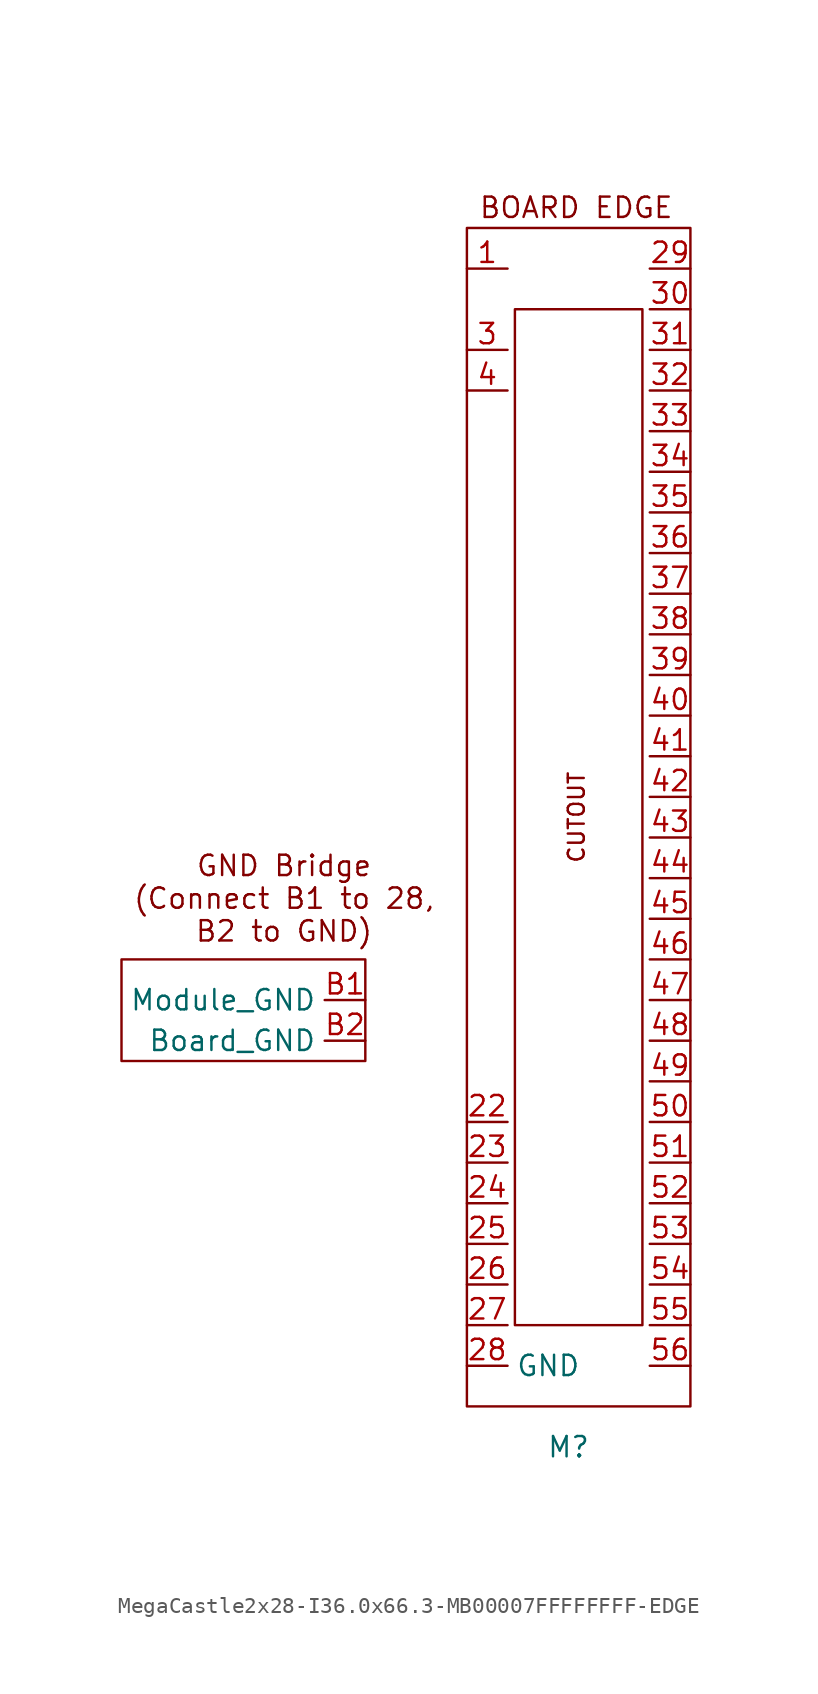
<source format=kicad_sym>
(kicad_symbol_lib
  (version 20241209)
  (generator "kicad_symbol_editor")
  (generator_version "9.0")
  (symbol "MegaCastle2x28-I36.0x66.3-MB00007FFFFFFFF-EDGE"
    (property "Reference" "M"
      (at 0 -39.37 0)
      (effects (font (size 1.27 1.27))))
    (property "Value" ""
      (at 0 5.08 0)
      (effects (font (size 1.27 1.27))))
    (symbol "MegaCastle2x28-I36.0x66.3-MB00007FFFFFFFF-EDGE_0_1"
      (rectangle (start -27.94 -8.89) (end -12.7 -15.24) (stroke (width 0) (type default)) (fill (type none)))
      (rectangle (start -6.35 36.83) (end 7.62 -36.83) (stroke (width 0) (type default)) (fill (type none)))
      (rectangle (start -3.35 31.75) (end 4.62 -31.75) (stroke (width 0) (type default)) (fill (type none))))
    (symbol "MegaCastle2x28-I36.0x66.3-MB00007FFFFFFFF-EDGE_1_1"
      (text "GND Bridge\n(Connect B1 to 28,\nB2 to GND)" (at -17.78 -5.08 0) (effects (font (size 1.27 1.27))))
      (text " BOARD EDGE" (at 0 38.1 0) (effects (font (size 1.27 1.27))))
      (text "CUTOUT" (at 0.5 0 900) (effects (font (size 1 1))))
      (pin bidirectional line (at -12.7 -11.43 180) (length 2.54) (name "Module_GND" (effects (font (size 1.27 1.27)))) (number "B1" (effects (font (size 1.27 1.27)))))
      (pin bidirectional line (at -12.7 -13.97 180) (length 2.54) (name "Board_GND" (effects (font (size 1.27 1.27)))) (number "B2" (effects (font (size 1.27 1.27)))))
      (pin bidirectional line (at -6.35 34.29 0) (length 2.54) (name "" (effects (font (size 1.27 1.27)))) (number "1" (effects (font (size 1.27 1.27)))))
      (pin bidirectional line (at -6.35 29.21 0) (length 2.54) (name "" (effects (font (size 1.27 1.27)))) (number "3" (effects (font (size 1.27 1.27)))))
      (pin bidirectional line (at -6.35 26.67 0) (length 2.54) (name "" (effects (font (size 1.27 1.27)))) (number "4" (effects (font (size 1.27 1.27)))))
      (pin bidirectional line (at -6.35 -19.05 0) (length 2.54) (name "" (effects (font (size 1.27 1.27)))) (number "22" (effects (font (size 1.27 1.27)))))
      (pin bidirectional line (at -6.35 -21.59 0) (length 2.54) (name "" (effects (font (size 1.27 1.27)))) (number "23" (effects (font (size 1.27 1.27)))))
      (pin bidirectional line (at -6.35 -24.13 0) (length 2.54) (name "" (effects (font (size 1.27 1.27)))) (number "24" (effects (font (size 1.27 1.27)))))
      (pin bidirectional line (at -6.35 -26.67 0) (length 2.54) (name "" (effects (font (size 1.27 1.27)))) (number "25" (effects (font (size 1.27 1.27)))))
      (pin bidirectional line (at -6.35 -29.21 0) (length 2.54) (name "" (effects (font (size 1.27 1.27)))) (number "26" (effects (font (size 1.27 1.27)))))
      (pin bidirectional line (at -6.35 -31.75 0) (length 2.54) (name "" (effects (font (size 1.27 1.27)))) (number "27" (effects (font (size 1.27 1.27)))))
      (pin bidirectional line (at -6.35 -34.29 0) (length 2.54) (name "GND" (effects (font (size 1.27 1.27)))) (number "28" (effects (font (size 1.27 1.27)))))
      (pin bidirectional line (at 7.62 34.29 180) (length 2.54) (name "" (effects (font (size 1.27 1.27)))) (number "29" (effects (font (size 1.27 1.27)))))
      (pin bidirectional line (at 7.62 31.75 180) (length 2.54) (name "" (effects (font (size 1.27 1.27)))) (number "30" (effects (font (size 1.27 1.27)))))
      (pin bidirectional line (at 7.62 29.21 180) (length 2.54) (name "" (effects (font (size 1.27 1.27)))) (number "31" (effects (font (size 1.27 1.27)))))
      (pin bidirectional line (at 7.62 26.67 180) (length 2.54) (name "" (effects (font (size 1.27 1.27)))) (number "32" (effects (font (size 1.27 1.27)))))
      (pin bidirectional line (at 7.62 24.13 180) (length 2.54) (name "" (effects (font (size 1.27 1.27)))) (number "33" (effects (font (size 1.27 1.27)))))
      (pin bidirectional line (at 7.62 21.59 180) (length 2.54) (name "" (effects (font (size 1.27 1.27)))) (number "34" (effects (font (size 1.27 1.27)))))
      (pin bidirectional line (at 7.62 19.05 180) (length 2.54) (name "" (effects (font (size 1.27 1.27)))) (number "35" (effects (font (size 1.27 1.27)))))
      (pin bidirectional line (at 7.62 16.51 180) (length 2.54) (name "" (effects (font (size 1.27 1.27)))) (number "36" (effects (font (size 1.27 1.27)))))
      (pin bidirectional line (at 7.62 13.97 180) (length 2.54) (name "" (effects (font (size 1.27 1.27)))) (number "37" (effects (font (size 1.27 1.27)))))
      (pin bidirectional line (at 7.62 11.43 180) (length 2.54) (name "" (effects (font (size 1.27 1.27)))) (number "38" (effects (font (size 1.27 1.27)))))
      (pin bidirectional line (at 7.62 8.89 180) (length 2.54) (name "" (effects (font (size 1.27 1.27)))) (number "39" (effects (font (size 1.27 1.27)))))
      (pin bidirectional line (at 7.62 6.35 180) (length 2.54) (name "" (effects (font (size 1.27 1.27)))) (number "40" (effects (font (size 1.27 1.27)))))
      (pin bidirectional line (at 7.62 3.81 180) (length 2.54) (name "" (effects (font (size 1.27 1.27)))) (number "41" (effects (font (size 1.27 1.27)))))
      (pin bidirectional line (at 7.62 1.27 180) (length 2.54) (name "" (effects (font (size 1.27 1.27)))) (number "42" (effects (font (size 1.27 1.27)))))
      (pin bidirectional line (at 7.62 -1.27 180) (length 2.54) (name "" (effects (font (size 1.27 1.27)))) (number "43" (effects (font (size 1.27 1.27)))))
      (pin bidirectional line (at 7.62 -3.81 180) (length 2.54) (name "" (effects (font (size 1.27 1.27)))) (number "44" (effects (font (size 1.27 1.27)))))
      (pin bidirectional line (at 7.62 -6.35 180) (length 2.54) (name "" (effects (font (size 1.27 1.27)))) (number "45" (effects (font (size 1.27 1.27)))))
      (pin bidirectional line (at 7.62 -8.89 180) (length 2.54) (name "" (effects (font (size 1.27 1.27)))) (number "46" (effects (font (size 1.27 1.27)))))
      (pin bidirectional line (at 7.62 -11.43 180) (length 2.54) (name "" (effects (font (size 1.27 1.27)))) (number "47" (effects (font (size 1.27 1.27)))))
      (pin bidirectional line (at 7.62 -13.97 180) (length 2.54) (name "" (effects (font (size 1.27 1.27)))) (number "48" (effects (font (size 1.27 1.27)))))
      (pin bidirectional line (at 7.62 -16.51 180) (length 2.54) (name "" (effects (font (size 1.27 1.27)))) (number "49" (effects (font (size 1.27 1.27)))))
      (pin bidirectional line (at 7.62 -19.05 180) (length 2.54) (name "" (effects (font (size 1.27 1.27)))) (number "50" (effects (font (size 1.27 1.27)))))
      (pin bidirectional line (at 7.62 -21.59 180) (length 2.54) (name "" (effects (font (size 1.27 1.27)))) (number "51" (effects (font (size 1.27 1.27)))))
      (pin bidirectional line (at 7.62 -24.13 180) (length 2.54) (name "" (effects (font (size 1.27 1.27)))) (number "52" (effects (font (size 1.27 1.27)))))
      (pin bidirectional line (at 7.62 -26.67 180) (length 2.54) (name "" (effects (font (size 1.27 1.27)))) (number "53" (effects (font (size 1.27 1.27)))))
      (pin bidirectional line (at 7.62 -29.21 180) (length 2.54) (name "" (effects (font (size 1.27 1.27)))) (number "54" (effects (font (size 1.27 1.27)))))
      (pin bidirectional line (at 7.62 -31.75 180) (length 2.54) (name "" (effects (font (size 1.27 1.27)))) (number "55" (effects (font (size 1.27 1.27)))))
      (pin bidirectional line (at 7.62 -34.29 180) (length 2.54) (name "" (effects (font (size 1.27 1.27)))) (number "56" (effects (font (size 1.27 1.27))))))))
</source>
